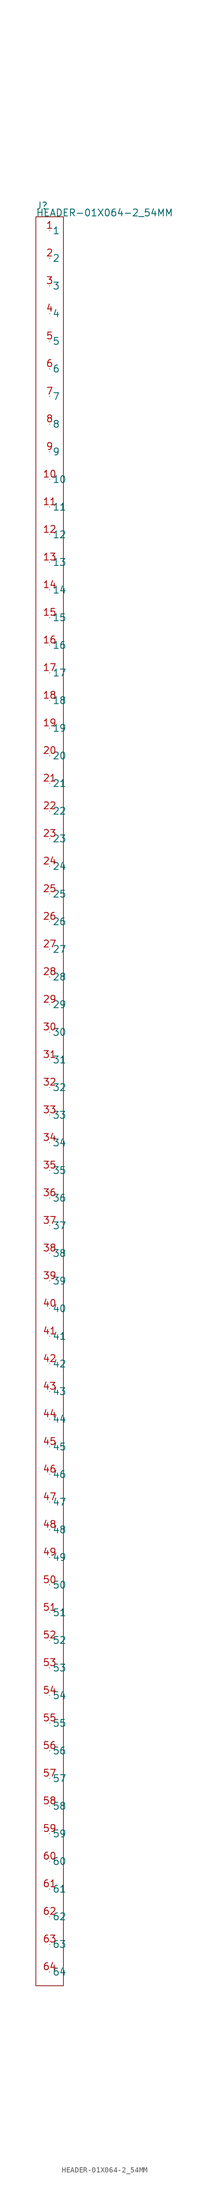
<source format=kicad_sym>
(kicad_symbol_lib
  (version 20211014)
  (generator kicad_symbol_editor)
  (symbol "HEADER-01X064-2_54MM"
    (pin_names)
    (property "Reference" "J"
      (at -2.54 163.83 0)
      (effects (font (size 1.27 1.27)) (justify left bottom)))
    (property "Value" "HEADER-01X064-2_54MM"
      (at -2.54 162.56 0)
      (effects (font (size 1.27 1.27)) (justify left bottom)))
    (property "Datasheet" ""
      (at 0 0 0))
    (property "ki_description" "Header 1x64  - Header Vertical 64POS 2.54MM Technical Specifications: Pitch: 0.1\" (2.54mm) "
      (at 0 0 0))
    (property "ki_fp_filters" "FlashPCB_Connectors:HEADER-THT-01X064-2_54MM FlashPCB_Connectors:HEADER-THT-LONG-01X064-2_54MM FlashPCB_Connectors:HEADER-THT-NOSILK-01X064-2_54MM FlashPCB_Connectors:HEADER-THT-LONG-NOSILK-01X064-2_54MM"
      (at 0 0 0))
    (symbol "HEADER-01X064-2_54MM_1_1"
      (polyline (pts (xy -2.54 162.56) (xy 2.54 162.56)) (stroke (width 0.127)) (fill (type none)))
      (polyline (pts (xy 2.54 162.56) (xy 2.54 -162.56)) (stroke (width 0.127)) (fill (type none)))
      (polyline (pts (xy 2.54 -162.56) (xy -2.54 -162.56)) (stroke (width 0.127)) (fill (type none)))
      (polyline (pts (xy -2.54 -162.56) (xy -2.54 162.56)) (stroke (width 0.127)) (fill (type none)))
      (pin bidirectional line (at 0 160.02 0) (length 0) (name "1" (effects (font (size 1.27 1.27)))) (number "1" (effects (font (size 1.27 1.27)))))
      (pin bidirectional line (at 0 154.94 0) (length 0) (name "2" (effects (font (size 1.27 1.27)))) (number "2" (effects (font (size 1.27 1.27)))))
      (pin bidirectional line (at 0 149.86 0) (length 0) (name "3" (effects (font (size 1.27 1.27)))) (number "3" (effects (font (size 1.27 1.27)))))
      (pin bidirectional line (at 0 144.78 0) (length 0) (name "4" (effects (font (size 1.27 1.27)))) (number "4" (effects (font (size 1.27 1.27)))))
      (pin bidirectional line (at 0 139.7 0) (length 0) (name "5" (effects (font (size 1.27 1.27)))) (number "5" (effects (font (size 1.27 1.27)))))
      (pin bidirectional line (at 0 134.62 0) (length 0) (name "6" (effects (font (size 1.27 1.27)))) (number "6" (effects (font (size 1.27 1.27)))))
      (pin bidirectional line (at 0 129.54 0) (length 0) (name "7" (effects (font (size 1.27 1.27)))) (number "7" (effects (font (size 1.27 1.27)))))
      (pin bidirectional line (at 0 124.46 0) (length 0) (name "8" (effects (font (size 1.27 1.27)))) (number "8" (effects (font (size 1.27 1.27)))))
      (pin bidirectional line (at 0 119.38 0) (length 0) (name "9" (effects (font (size 1.27 1.27)))) (number "9" (effects (font (size 1.27 1.27)))))
      (pin bidirectional line (at 0 114.3 0) (length 0) (name "10" (effects (font (size 1.27 1.27)))) (number "10" (effects (font (size 1.27 1.27)))))
      (pin bidirectional line (at 0 109.22 0) (length 0) (name "11" (effects (font (size 1.27 1.27)))) (number "11" (effects (font (size 1.27 1.27)))))
      (pin bidirectional line (at 0 104.14 0) (length 0) (name "12" (effects (font (size 1.27 1.27)))) (number "12" (effects (font (size 1.27 1.27)))))
      (pin bidirectional line (at 0 99.06 0) (length 0) (name "13" (effects (font (size 1.27 1.27)))) (number "13" (effects (font (size 1.27 1.27)))))
      (pin bidirectional line (at 0 93.98 0) (length 0) (name "14" (effects (font (size 1.27 1.27)))) (number "14" (effects (font (size 1.27 1.27)))))
      (pin bidirectional line (at 0 88.9 0) (length 0) (name "15" (effects (font (size 1.27 1.27)))) (number "15" (effects (font (size 1.27 1.27)))))
      (pin bidirectional line (at 0 83.82 0) (length 0) (name "16" (effects (font (size 1.27 1.27)))) (number "16" (effects (font (size 1.27 1.27)))))
      (pin bidirectional line (at 0 78.74 0) (length 0) (name "17" (effects (font (size 1.27 1.27)))) (number "17" (effects (font (size 1.27 1.27)))))
      (pin bidirectional line (at 0 73.66 0) (length 0) (name "18" (effects (font (size 1.27 1.27)))) (number "18" (effects (font (size 1.27 1.27)))))
      (pin bidirectional line (at 0 68.58 0) (length 0) (name "19" (effects (font (size 1.27 1.27)))) (number "19" (effects (font (size 1.27 1.27)))))
      (pin bidirectional line (at 0 63.5 0) (length 0) (name "20" (effects (font (size 1.27 1.27)))) (number "20" (effects (font (size 1.27 1.27)))))
      (pin bidirectional line (at 0 58.42 0) (length 0) (name "21" (effects (font (size 1.27 1.27)))) (number "21" (effects (font (size 1.27 1.27)))))
      (pin bidirectional line (at 0 53.34 0) (length 0) (name "22" (effects (font (size 1.27 1.27)))) (number "22" (effects (font (size 1.27 1.27)))))
      (pin bidirectional line (at 0 48.26 0) (length 0) (name "23" (effects (font (size 1.27 1.27)))) (number "23" (effects (font (size 1.27 1.27)))))
      (pin bidirectional line (at 0 43.18 0) (length 0) (name "24" (effects (font (size 1.27 1.27)))) (number "24" (effects (font (size 1.27 1.27)))))
      (pin bidirectional line (at 0 38.1 0) (length 0) (name "25" (effects (font (size 1.27 1.27)))) (number "25" (effects (font (size 1.27 1.27)))))
      (pin bidirectional line (at 0 33.02 0) (length 0) (name "26" (effects (font (size 1.27 1.27)))) (number "26" (effects (font (size 1.27 1.27)))))
      (pin bidirectional line (at 0 27.94 0) (length 0) (name "27" (effects (font (size 1.27 1.27)))) (number "27" (effects (font (size 1.27 1.27)))))
      (pin bidirectional line (at 0 22.86 0) (length 0) (name "28" (effects (font (size 1.27 1.27)))) (number "28" (effects (font (size 1.27 1.27)))))
      (pin bidirectional line (at 0 17.78 0) (length 0) (name "29" (effects (font (size 1.27 1.27)))) (number "29" (effects (font (size 1.27 1.27)))))
      (pin bidirectional line (at 0 12.7 0) (length 0) (name "30" (effects (font (size 1.27 1.27)))) (number "30" (effects (font (size 1.27 1.27)))))
      (pin bidirectional line (at 0 7.62 0) (length 0) (name "31" (effects (font (size 1.27 1.27)))) (number "31" (effects (font (size 1.27 1.27)))))
      (pin bidirectional line (at 0 2.54 0) (length 0) (name "32" (effects (font (size 1.27 1.27)))) (number "32" (effects (font (size 1.27 1.27)))))
      (pin bidirectional line (at 0 -2.54 0) (length 0) (name "33" (effects (font (size 1.27 1.27)))) (number "33" (effects (font (size 1.27 1.27)))))
      (pin bidirectional line (at 0 -7.62 0) (length 0) (name "34" (effects (font (size 1.27 1.27)))) (number "34" (effects (font (size 1.27 1.27)))))
      (pin bidirectional line (at 0 -12.7 0) (length 0) (name "35" (effects (font (size 1.27 1.27)))) (number "35" (effects (font (size 1.27 1.27)))))
      (pin bidirectional line (at 0 -17.78 0) (length 0) (name "36" (effects (font (size 1.27 1.27)))) (number "36" (effects (font (size 1.27 1.27)))))
      (pin bidirectional line (at 0 -22.86 0) (length 0) (name "37" (effects (font (size 1.27 1.27)))) (number "37" (effects (font (size 1.27 1.27)))))
      (pin bidirectional line (at 0 -27.94 0) (length 0) (name "38" (effects (font (size 1.27 1.27)))) (number "38" (effects (font (size 1.27 1.27)))))
      (pin bidirectional line (at 0 -33.02 0) (length 0) (name "39" (effects (font (size 1.27 1.27)))) (number "39" (effects (font (size 1.27 1.27)))))
      (pin bidirectional line (at 0 -38.1 0) (length 0) (name "40" (effects (font (size 1.27 1.27)))) (number "40" (effects (font (size 1.27 1.27)))))
      (pin bidirectional line (at 0 -43.18 0) (length 0) (name "41" (effects (font (size 1.27 1.27)))) (number "41" (effects (font (size 1.27 1.27)))))
      (pin bidirectional line (at 0 -48.26 0) (length 0) (name "42" (effects (font (size 1.27 1.27)))) (number "42" (effects (font (size 1.27 1.27)))))
      (pin bidirectional line (at 0 -53.34 0) (length 0) (name "43" (effects (font (size 1.27 1.27)))) (number "43" (effects (font (size 1.27 1.27)))))
      (pin bidirectional line (at 0 -58.42 0) (length 0) (name "44" (effects (font (size 1.27 1.27)))) (number "44" (effects (font (size 1.27 1.27)))))
      (pin bidirectional line (at 0 -63.5 0) (length 0) (name "45" (effects (font (size 1.27 1.27)))) (number "45" (effects (font (size 1.27 1.27)))))
      (pin bidirectional line (at 0 -68.58 0) (length 0) (name "46" (effects (font (size 1.27 1.27)))) (number "46" (effects (font (size 1.27 1.27)))))
      (pin bidirectional line (at 0 -73.66 0) (length 0) (name "47" (effects (font (size 1.27 1.27)))) (number "47" (effects (font (size 1.27 1.27)))))
      (pin bidirectional line (at 0 -78.74 0) (length 0) (name "48" (effects (font (size 1.27 1.27)))) (number "48" (effects (font (size 1.27 1.27)))))
      (pin bidirectional line (at 0 -83.82 0) (length 0) (name "49" (effects (font (size 1.27 1.27)))) (number "49" (effects (font (size 1.27 1.27)))))
      (pin bidirectional line (at 0 -88.9 0) (length 0) (name "50" (effects (font (size 1.27 1.27)))) (number "50" (effects (font (size 1.27 1.27)))))
      (pin bidirectional line (at 0 -93.98 0) (length 0) (name "51" (effects (font (size 1.27 1.27)))) (number "51" (effects (font (size 1.27 1.27)))))
      (pin bidirectional line (at 0 -99.06 0) (length 0) (name "52" (effects (font (size 1.27 1.27)))) (number "52" (effects (font (size 1.27 1.27)))))
      (pin bidirectional line (at 0 -104.14 0) (length 0) (name "53" (effects (font (size 1.27 1.27)))) (number "53" (effects (font (size 1.27 1.27)))))
      (pin bidirectional line (at 0 -109.22 0) (length 0) (name "54" (effects (font (size 1.27 1.27)))) (number "54" (effects (font (size 1.27 1.27)))))
      (pin bidirectional line (at 0 -114.3 0) (length 0) (name "55" (effects (font (size 1.27 1.27)))) (number "55" (effects (font (size 1.27 1.27)))))
      (pin bidirectional line (at 0 -119.38 0) (length 0) (name "56" (effects (font (size 1.27 1.27)))) (number "56" (effects (font (size 1.27 1.27)))))
      (pin bidirectional line (at 0 -124.46 0) (length 0) (name "57" (effects (font (size 1.27 1.27)))) (number "57" (effects (font (size 1.27 1.27)))))
      (pin bidirectional line (at 0 -129.54 0) (length 0) (name "58" (effects (font (size 1.27 1.27)))) (number "58" (effects (font (size 1.27 1.27)))))
      (pin bidirectional line (at 0 -134.62 0) (length 0) (name "59" (effects (font (size 1.27 1.27)))) (number "59" (effects (font (size 1.27 1.27)))))
      (pin bidirectional line (at 0 -139.7 0) (length 0) (name "60" (effects (font (size 1.27 1.27)))) (number "60" (effects (font (size 1.27 1.27)))))
      (pin bidirectional line (at 0 -144.78 0) (length 0) (name "61" (effects (font (size 1.27 1.27)))) (number "61" (effects (font (size 1.27 1.27)))))
      (pin bidirectional line (at 0 -149.86 0) (length 0) (name "62" (effects (font (size 1.27 1.27)))) (number "62" (effects (font (size 1.27 1.27)))))
      (pin bidirectional line (at 0 -154.94 0) (length 0) (name "63" (effects (font (size 1.27 1.27)))) (number "63" (effects (font (size 1.27 1.27)))))
      (pin bidirectional line (at 0 -160.02 0) (length 0) (name "64" (effects (font (size 1.27 1.27)))) (number "64" (effects (font (size 1.27 1.27))))))))
</source>
